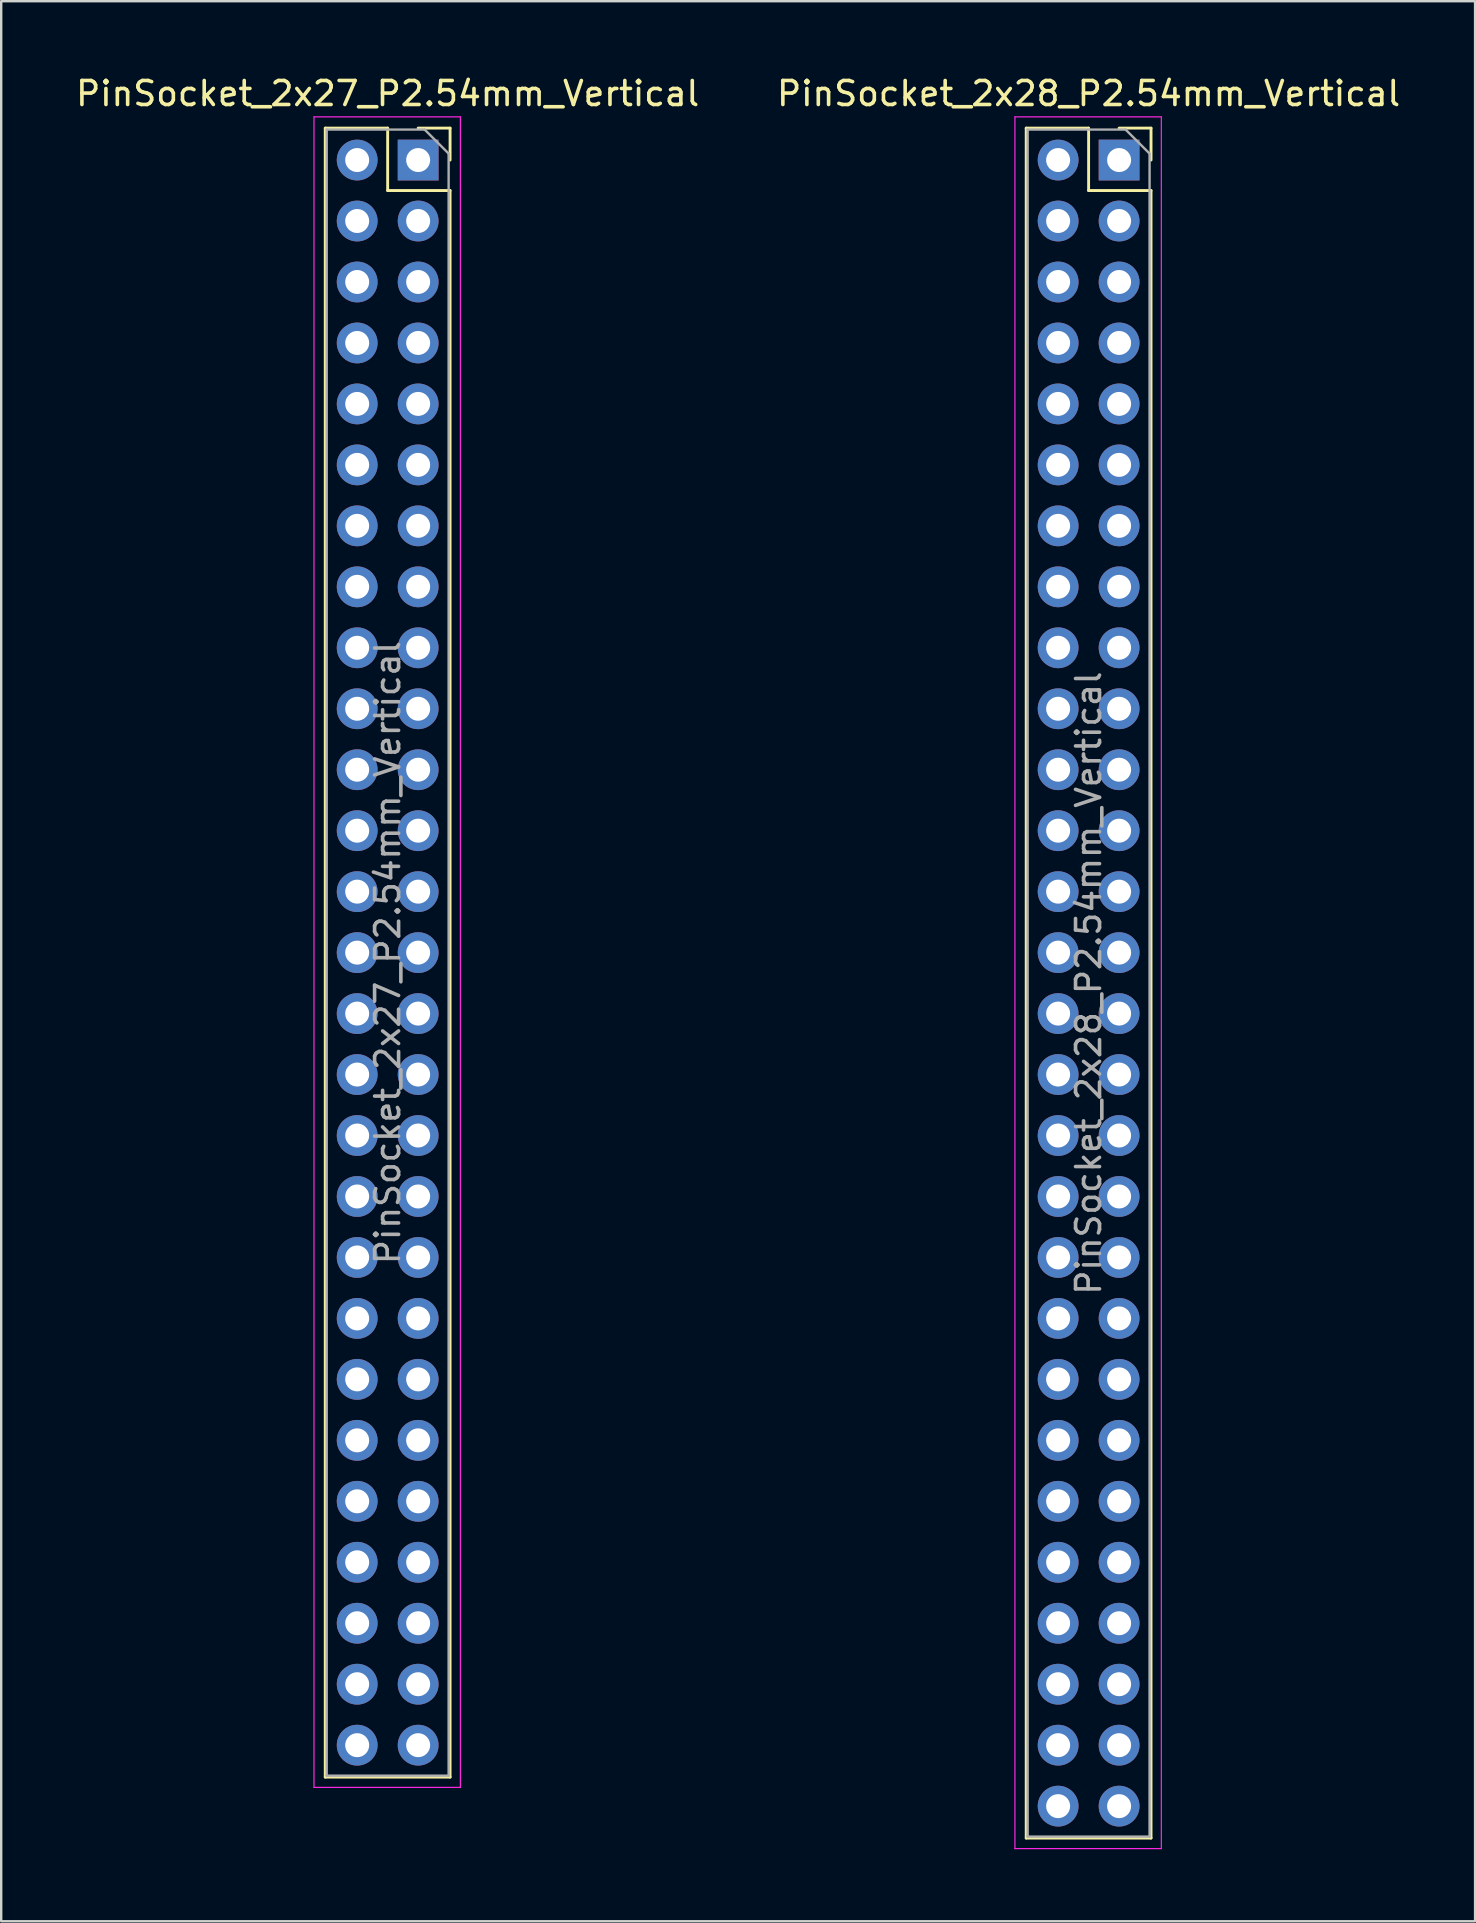
<source format=kicad_pcb>
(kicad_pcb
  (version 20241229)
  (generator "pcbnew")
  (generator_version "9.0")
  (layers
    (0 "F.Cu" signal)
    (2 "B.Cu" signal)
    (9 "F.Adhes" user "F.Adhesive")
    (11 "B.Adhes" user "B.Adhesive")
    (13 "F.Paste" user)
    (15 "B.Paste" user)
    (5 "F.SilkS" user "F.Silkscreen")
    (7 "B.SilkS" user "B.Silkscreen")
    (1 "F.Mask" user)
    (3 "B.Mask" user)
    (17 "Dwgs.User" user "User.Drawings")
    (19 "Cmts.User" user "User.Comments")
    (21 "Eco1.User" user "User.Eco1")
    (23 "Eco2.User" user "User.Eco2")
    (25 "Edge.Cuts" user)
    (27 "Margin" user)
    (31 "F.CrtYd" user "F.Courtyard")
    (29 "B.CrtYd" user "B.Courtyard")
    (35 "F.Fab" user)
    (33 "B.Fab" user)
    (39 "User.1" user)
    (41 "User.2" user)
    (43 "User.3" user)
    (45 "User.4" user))
  (footprint "PinSocket_2x27_P2.54mm_Vertical"
    (layer "F.Cu")
    (at 14.371 3.618)
    (property "Reference" "PinSocket_2x27_P2.54mm_Vertical" (at -1.27 -2.77 0) (layer "F.SilkS") (effects (font (size 1 1) (thickness 0.15))))
    (attr through_hole)
    (fp_line (start -3.87 -1.33) (end -3.87 67.37) (stroke (width 0.12) (type solid)) (layer "F.SilkS"))
    (fp_line (start -3.87 -1.33) (end -1.27 -1.33) (stroke (width 0.12) (type solid)) (layer "F.SilkS"))
    (fp_line (start -3.87 67.37) (end 1.33 67.37) (stroke (width 0.12) (type solid)) (layer "F.SilkS"))
    (fp_line (start -1.27 -1.33) (end -1.27 1.27) (stroke (width 0.12) (type solid)) (layer "F.SilkS"))
    (fp_line (start -1.27 1.27) (end 1.33 1.27) (stroke (width 0.12) (type solid)) (layer "F.SilkS"))
    (fp_line (start 0 -1.33) (end 1.33 -1.33) (stroke (width 0.12) (type solid)) (layer "F.SilkS"))
    (fp_line (start 1.33 -1.33) (end 1.33 0) (stroke (width 0.12) (type solid)) (layer "F.SilkS"))
    (fp_line (start 1.33 1.27) (end 1.33 67.37) (stroke (width 0.12) (type solid)) (layer "F.SilkS"))
    (fp_line (start -4.34 -1.8) (end 1.76 -1.8) (stroke (width 0.05) (type solid)) (layer "F.CrtYd"))
    (fp_line (start -4.34 67.8) (end -4.34 -1.8) (stroke (width 0.05) (type solid)) (layer "F.CrtYd"))
    (fp_line (start 1.76 -1.8) (end 1.76 67.8) (stroke (width 0.05) (type solid)) (layer "F.CrtYd"))
    (fp_line (start 1.76 67.8) (end -4.34 67.8) (stroke (width 0.05) (type solid)) (layer "F.CrtYd"))
    (fp_line (start -3.81 -1.27) (end 0.27 -1.27) (stroke (width 0.1) (type solid)) (layer "F.Fab"))
    (fp_line (start -3.81 67.31) (end -3.81 -1.27) (stroke (width 0.1) (type solid)) (layer "F.Fab"))
    (fp_line (start 0.27 -1.27) (end 1.27 -0.27) (stroke (width 0.1) (type solid)) (layer "F.Fab"))
    (fp_line (start 1.27 -0.27) (end 1.27 67.31) (stroke (width 0.1) (type solid)) (layer "F.Fab"))
    (fp_line (start 1.27 67.31) (end -3.81 67.31) (stroke (width 0.1) (type solid)) (layer "F.Fab"))
    (fp_text user "${REFERENCE}" (at -1.27 33.02 90) (layer "F.Fab") (effects (font (size 1 1) (thickness 0.15))))
    (pad "1" thru_hole rect (at 0 0) (size 1.7 1.7) (drill 1) (layers "*.Cu" "*.Mask"))
    (pad "2" thru_hole oval (at -2.54 0) (size 1.7 1.7) (drill 1) (layers "*.Cu" "*.Mask"))
    (pad "3" thru_hole oval (at 0 2.54) (size 1.7 1.7) (drill 1) (layers "*.Cu" "*.Mask"))
    (pad "4" thru_hole oval (at -2.54 2.54) (size 1.7 1.7) (drill 1) (layers "*.Cu" "*.Mask"))
    (pad "5" thru_hole oval (at 0 5.08) (size 1.7 1.7) (drill 1) (layers "*.Cu" "*.Mask"))
    (pad "6" thru_hole oval (at -2.54 5.08) (size 1.7 1.7) (drill 1) (layers "*.Cu" "*.Mask"))
    (pad "7" thru_hole oval (at 0 7.62) (size 1.7 1.7) (drill 1) (layers "*.Cu" "*.Mask"))
    (pad "8" thru_hole oval (at -2.54 7.62) (size 1.7 1.7) (drill 1) (layers "*.Cu" "*.Mask"))
    (pad "9" thru_hole oval (at 0 10.16) (size 1.7 1.7) (drill 1) (layers "*.Cu" "*.Mask"))
    (pad "10" thru_hole oval (at -2.54 10.16) (size 1.7 1.7) (drill 1) (layers "*.Cu" "*.Mask"))
    (pad "11" thru_hole oval (at 0 12.7) (size 1.7 1.7) (drill 1) (layers "*.Cu" "*.Mask"))
    (pad "12" thru_hole oval (at -2.54 12.7) (size 1.7 1.7) (drill 1) (layers "*.Cu" "*.Mask"))
    (pad "13" thru_hole oval (at 0 15.24) (size 1.7 1.7) (drill 1) (layers "*.Cu" "*.Mask"))
    (pad "14" thru_hole oval (at -2.54 15.24) (size 1.7 1.7) (drill 1) (layers "*.Cu" "*.Mask"))
    (pad "15" thru_hole oval (at 0 17.78) (size 1.7 1.7) (drill 1) (layers "*.Cu" "*.Mask"))
    (pad "16" thru_hole oval (at -2.54 17.78) (size 1.7 1.7) (drill 1) (layers "*.Cu" "*.Mask"))
    (pad "17" thru_hole oval (at 0 20.32) (size 1.7 1.7) (drill 1) (layers "*.Cu" "*.Mask"))
    (pad "18" thru_hole oval (at -2.54 20.32) (size 1.7 1.7) (drill 1) (layers "*.Cu" "*.Mask"))
    (pad "19" thru_hole oval (at 0 22.86) (size 1.7 1.7) (drill 1) (layers "*.Cu" "*.Mask"))
    (pad "20" thru_hole oval (at -2.54 22.86) (size 1.7 1.7) (drill 1) (layers "*.Cu" "*.Mask"))
    (pad "21" thru_hole oval (at 0 25.4) (size 1.7 1.7) (drill 1) (layers "*.Cu" "*.Mask"))
    (pad "22" thru_hole oval (at -2.54 25.4) (size 1.7 1.7) (drill 1) (layers "*.Cu" "*.Mask"))
    (pad "23" thru_hole oval (at 0 27.94) (size 1.7 1.7) (drill 1) (layers "*.Cu" "*.Mask"))
    (pad "24" thru_hole oval (at -2.54 27.94) (size 1.7 1.7) (drill 1) (layers "*.Cu" "*.Mask"))
    (pad "25" thru_hole oval (at 0 30.48) (size 1.7 1.7) (drill 1) (layers "*.Cu" "*.Mask"))
    (pad "26" thru_hole oval (at -2.54 30.48) (size 1.7 1.7) (drill 1) (layers "*.Cu" "*.Mask"))
    (pad "27" thru_hole oval (at 0 33.02) (size 1.7 1.7) (drill 1) (layers "*.Cu" "*.Mask"))
    (pad "28" thru_hole oval (at -2.54 33.02) (size 1.7 1.7) (drill 1) (layers "*.Cu" "*.Mask"))
    (pad "29" thru_hole oval (at 0 35.56) (size 1.7 1.7) (drill 1) (layers "*.Cu" "*.Mask"))
    (pad "30" thru_hole oval (at -2.54 35.56) (size 1.7 1.7) (drill 1) (layers "*.Cu" "*.Mask"))
    (pad "31" thru_hole oval (at 0 38.1) (size 1.7 1.7) (drill 1) (layers "*.Cu" "*.Mask"))
    (pad "32" thru_hole oval (at -2.54 38.1) (size 1.7 1.7) (drill 1) (layers "*.Cu" "*.Mask"))
    (pad "33" thru_hole oval (at 0 40.64) (size 1.7 1.7) (drill 1) (layers "*.Cu" "*.Mask"))
    (pad "34" thru_hole oval (at -2.54 40.64) (size 1.7 1.7) (drill 1) (layers "*.Cu" "*.Mask"))
    (pad "35" thru_hole oval (at 0 43.18) (size 1.7 1.7) (drill 1) (layers "*.Cu" "*.Mask"))
    (pad "36" thru_hole oval (at -2.54 43.18) (size 1.7 1.7) (drill 1) (layers "*.Cu" "*.Mask"))
    (pad "37" thru_hole oval (at 0 45.72) (size 1.7 1.7) (drill 1) (layers "*.Cu" "*.Mask"))
    (pad "38" thru_hole oval (at -2.54 45.72) (size 1.7 1.7) (drill 1) (layers "*.Cu" "*.Mask"))
    (pad "39" thru_hole oval (at 0 48.26) (size 1.7 1.7) (drill 1) (layers "*.Cu" "*.Mask"))
    (pad "40" thru_hole oval (at -2.54 48.26) (size 1.7 1.7) (drill 1) (layers "*.Cu" "*.Mask"))
    (pad "41" thru_hole oval (at 0 50.8) (size 1.7 1.7) (drill 1) (layers "*.Cu" "*.Mask"))
    (pad "42" thru_hole oval (at -2.54 50.8) (size 1.7 1.7) (drill 1) (layers "*.Cu" "*.Mask"))
    (pad "43" thru_hole oval (at 0 53.34) (size 1.7 1.7) (drill 1) (layers "*.Cu" "*.Mask"))
    (pad "44" thru_hole oval (at -2.54 53.34) (size 1.7 1.7) (drill 1) (layers "*.Cu" "*.Mask"))
    (pad "45" thru_hole oval (at 0 55.88) (size 1.7 1.7) (drill 1) (layers "*.Cu" "*.Mask"))
    (pad "46" thru_hole oval (at -2.54 55.88) (size 1.7 1.7) (drill 1) (layers "*.Cu" "*.Mask"))
    (pad "47" thru_hole oval (at 0 58.42) (size 1.7 1.7) (drill 1) (layers "*.Cu" "*.Mask"))
    (pad "48" thru_hole oval (at -2.54 58.42) (size 1.7 1.7) (drill 1) (layers "*.Cu" "*.Mask"))
    (pad "49" thru_hole oval (at 0 60.96) (size 1.7 1.7) (drill 1) (layers "*.Cu" "*.Mask"))
    (pad "50" thru_hole oval (at -2.54 60.96) (size 1.7 1.7) (drill 1) (layers "*.Cu" "*.Mask"))
    (pad "51" thru_hole oval (at 0 63.5) (size 1.7 1.7) (drill 1) (layers "*.Cu" "*.Mask"))
    (pad "52" thru_hole oval (at -2.54 63.5) (size 1.7 1.7) (drill 1) (layers "*.Cu" "*.Mask"))
    (pad "53" thru_hole oval (at 0 66.04) (size 1.7 1.7) (drill 1) (layers "*.Cu" "*.Mask"))
    (pad "54" thru_hole oval (at -2.54 66.04) (size 1.7 1.7) (drill 1) (layers "*.Cu" "*.Mask")))
  (footprint "PinSocket_2x28_P2.54mm_Vertical"
    (layer "F.Cu")
    (at 43.574 3.618)
    (property "Reference" "PinSocket_2x28_P2.54mm_Vertical" (at -1.27 -2.77 0) (layer "F.SilkS") (effects (font (size 1 1) (thickness 0.15))))
    (attr through_hole)
    (fp_line (start -3.87 -1.33) (end -3.87 69.91) (stroke (width 0.12) (type solid)) (layer "F.SilkS"))
    (fp_line (start -3.87 -1.33) (end -1.27 -1.33) (stroke (width 0.12) (type solid)) (layer "F.SilkS"))
    (fp_line (start -3.87 69.91) (end 1.33 69.91) (stroke (width 0.12) (type solid)) (layer "F.SilkS"))
    (fp_line (start -1.27 -1.33) (end -1.27 1.27) (stroke (width 0.12) (type solid)) (layer "F.SilkS"))
    (fp_line (start -1.27 1.27) (end 1.33 1.27) (stroke (width 0.12) (type solid)) (layer "F.SilkS"))
    (fp_line (start 0 -1.33) (end 1.33 -1.33) (stroke (width 0.12) (type solid)) (layer "F.SilkS"))
    (fp_line (start 1.33 -1.33) (end 1.33 0) (stroke (width 0.12) (type solid)) (layer "F.SilkS"))
    (fp_line (start 1.33 1.27) (end 1.33 69.91) (stroke (width 0.12) (type solid)) (layer "F.SilkS"))
    (fp_line (start -4.34 -1.8) (end 1.76 -1.8) (stroke (width 0.05) (type solid)) (layer "F.CrtYd"))
    (fp_line (start -4.34 70.35) (end -4.34 -1.8) (stroke (width 0.05) (type solid)) (layer "F.CrtYd"))
    (fp_line (start 1.76 -1.8) (end 1.76 70.35) (stroke (width 0.05) (type solid)) (layer "F.CrtYd"))
    (fp_line (start 1.76 70.35) (end -4.34 70.35) (stroke (width 0.05) (type solid)) (layer "F.CrtYd"))
    (fp_line (start -3.81 -1.27) (end 0.27 -1.27) (stroke (width 0.1) (type solid)) (layer "F.Fab"))
    (fp_line (start -3.81 69.85) (end -3.81 -1.27) (stroke (width 0.1) (type solid)) (layer "F.Fab"))
    (fp_line (start 0.27 -1.27) (end 1.27 -0.27) (stroke (width 0.1) (type solid)) (layer "F.Fab"))
    (fp_line (start 1.27 -0.27) (end 1.27 69.85) (stroke (width 0.1) (type solid)) (layer "F.Fab"))
    (fp_line (start 1.27 69.85) (end -3.81 69.85) (stroke (width 0.1) (type solid)) (layer "F.Fab"))
    (fp_text user "${REFERENCE}" (at -1.27 34.29 90) (layer "F.Fab") (effects (font (size 1 1) (thickness 0.15))))
    (pad "1" thru_hole rect (at 0 0) (size 1.7 1.7) (drill 1) (layers "*.Cu" "*.Mask"))
    (pad "2" thru_hole oval (at -2.54 0) (size 1.7 1.7) (drill 1) (layers "*.Cu" "*.Mask"))
    (pad "3" thru_hole oval (at 0 2.54) (size 1.7 1.7) (drill 1) (layers "*.Cu" "*.Mask"))
    (pad "4" thru_hole oval (at -2.54 2.54) (size 1.7 1.7) (drill 1) (layers "*.Cu" "*.Mask"))
    (pad "5" thru_hole oval (at 0 5.08) (size 1.7 1.7) (drill 1) (layers "*.Cu" "*.Mask"))
    (pad "6" thru_hole oval (at -2.54 5.08) (size 1.7 1.7) (drill 1) (layers "*.Cu" "*.Mask"))
    (pad "7" thru_hole oval (at 0 7.62) (size 1.7 1.7) (drill 1) (layers "*.Cu" "*.Mask"))
    (pad "8" thru_hole oval (at -2.54 7.62) (size 1.7 1.7) (drill 1) (layers "*.Cu" "*.Mask"))
    (pad "9" thru_hole oval (at 0 10.16) (size 1.7 1.7) (drill 1) (layers "*.Cu" "*.Mask"))
    (pad "10" thru_hole oval (at -2.54 10.16) (size 1.7 1.7) (drill 1) (layers "*.Cu" "*.Mask"))
    (pad "11" thru_hole oval (at 0 12.7) (size 1.7 1.7) (drill 1) (layers "*.Cu" "*.Mask"))
    (pad "12" thru_hole oval (at -2.54 12.7) (size 1.7 1.7) (drill 1) (layers "*.Cu" "*.Mask"))
    (pad "13" thru_hole oval (at 0 15.24) (size 1.7 1.7) (drill 1) (layers "*.Cu" "*.Mask"))
    (pad "14" thru_hole oval (at -2.54 15.24) (size 1.7 1.7) (drill 1) (layers "*.Cu" "*.Mask"))
    (pad "15" thru_hole oval (at 0 17.78) (size 1.7 1.7) (drill 1) (layers "*.Cu" "*.Mask"))
    (pad "16" thru_hole oval (at -2.54 17.78) (size 1.7 1.7) (drill 1) (layers "*.Cu" "*.Mask"))
    (pad "17" thru_hole oval (at 0 20.32) (size 1.7 1.7) (drill 1) (layers "*.Cu" "*.Mask"))
    (pad "18" thru_hole oval (at -2.54 20.32) (size 1.7 1.7) (drill 1) (layers "*.Cu" "*.Mask"))
    (pad "19" thru_hole oval (at 0 22.86) (size 1.7 1.7) (drill 1) (layers "*.Cu" "*.Mask"))
    (pad "20" thru_hole oval (at -2.54 22.86) (size 1.7 1.7) (drill 1) (layers "*.Cu" "*.Mask"))
    (pad "21" thru_hole oval (at 0 25.4) (size 1.7 1.7) (drill 1) (layers "*.Cu" "*.Mask"))
    (pad "22" thru_hole oval (at -2.54 25.4) (size 1.7 1.7) (drill 1) (layers "*.Cu" "*.Mask"))
    (pad "23" thru_hole oval (at 0 27.94) (size 1.7 1.7) (drill 1) (layers "*.Cu" "*.Mask"))
    (pad "24" thru_hole oval (at -2.54 27.94) (size 1.7 1.7) (drill 1) (layers "*.Cu" "*.Mask"))
    (pad "25" thru_hole oval (at 0 30.48) (size 1.7 1.7) (drill 1) (layers "*.Cu" "*.Mask"))
    (pad "26" thru_hole oval (at -2.54 30.48) (size 1.7 1.7) (drill 1) (layers "*.Cu" "*.Mask"))
    (pad "27" thru_hole oval (at 0 33.02) (size 1.7 1.7) (drill 1) (layers "*.Cu" "*.Mask"))
    (pad "28" thru_hole oval (at -2.54 33.02) (size 1.7 1.7) (drill 1) (layers "*.Cu" "*.Mask"))
    (pad "29" thru_hole oval (at 0 35.56) (size 1.7 1.7) (drill 1) (layers "*.Cu" "*.Mask"))
    (pad "30" thru_hole oval (at -2.54 35.56) (size 1.7 1.7) (drill 1) (layers "*.Cu" "*.Mask"))
    (pad "31" thru_hole oval (at 0 38.1) (size 1.7 1.7) (drill 1) (layers "*.Cu" "*.Mask"))
    (pad "32" thru_hole oval (at -2.54 38.1) (size 1.7 1.7) (drill 1) (layers "*.Cu" "*.Mask"))
    (pad "33" thru_hole oval (at 0 40.64) (size 1.7 1.7) (drill 1) (layers "*.Cu" "*.Mask"))
    (pad "34" thru_hole oval (at -2.54 40.64) (size 1.7 1.7) (drill 1) (layers "*.Cu" "*.Mask"))
    (pad "35" thru_hole oval (at 0 43.18) (size 1.7 1.7) (drill 1) (layers "*.Cu" "*.Mask"))
    (pad "36" thru_hole oval (at -2.54 43.18) (size 1.7 1.7) (drill 1) (layers "*.Cu" "*.Mask"))
    (pad "37" thru_hole oval (at 0 45.72) (size 1.7 1.7) (drill 1) (layers "*.Cu" "*.Mask"))
    (pad "38" thru_hole oval (at -2.54 45.72) (size 1.7 1.7) (drill 1) (layers "*.Cu" "*.Mask"))
    (pad "39" thru_hole oval (at 0 48.26) (size 1.7 1.7) (drill 1) (layers "*.Cu" "*.Mask"))
    (pad "40" thru_hole oval (at -2.54 48.26) (size 1.7 1.7) (drill 1) (layers "*.Cu" "*.Mask"))
    (pad "41" thru_hole oval (at 0 50.8) (size 1.7 1.7) (drill 1) (layers "*.Cu" "*.Mask"))
    (pad "42" thru_hole oval (at -2.54 50.8) (size 1.7 1.7) (drill 1) (layers "*.Cu" "*.Mask"))
    (pad "43" thru_hole oval (at 0 53.34) (size 1.7 1.7) (drill 1) (layers "*.Cu" "*.Mask"))
    (pad "44" thru_hole oval (at -2.54 53.34) (size 1.7 1.7) (drill 1) (layers "*.Cu" "*.Mask"))
    (pad "45" thru_hole oval (at 0 55.88) (size 1.7 1.7) (drill 1) (layers "*.Cu" "*.Mask"))
    (pad "46" thru_hole oval (at -2.54 55.88) (size 1.7 1.7) (drill 1) (layers "*.Cu" "*.Mask"))
    (pad "47" thru_hole oval (at 0 58.42) (size 1.7 1.7) (drill 1) (layers "*.Cu" "*.Mask"))
    (pad "48" thru_hole oval (at -2.54 58.42) (size 1.7 1.7) (drill 1) (layers "*.Cu" "*.Mask"))
    (pad "49" thru_hole oval (at 0 60.96) (size 1.7 1.7) (drill 1) (layers "*.Cu" "*.Mask"))
    (pad "50" thru_hole oval (at -2.54 60.96) (size 1.7 1.7) (drill 1) (layers "*.Cu" "*.Mask"))
    (pad "51" thru_hole oval (at 0 63.5) (size 1.7 1.7) (drill 1) (layers "*.Cu" "*.Mask"))
    (pad "52" thru_hole oval (at -2.54 63.5) (size 1.7 1.7) (drill 1) (layers "*.Cu" "*.Mask"))
    (pad "53" thru_hole oval (at 0 66.04) (size 1.7 1.7) (drill 1) (layers "*.Cu" "*.Mask"))
    (pad "54" thru_hole oval (at -2.54 66.04) (size 1.7 1.7) (drill 1) (layers "*.Cu" "*.Mask"))
    (pad "55" thru_hole oval (at 0 68.58) (size 1.7 1.7) (drill 1) (layers "*.Cu" "*.Mask"))
    (pad "56" thru_hole oval (at -2.54 68.58) (size 1.7 1.7) (drill 1) (layers "*.Cu" "*.Mask")))
  (gr_rect
    (start -3 -3)
    (end 58.405 76.993)
    (stroke (width 0.1) (type default))
    (fill no)
    (layer "Edge.Cuts")))
</source>
